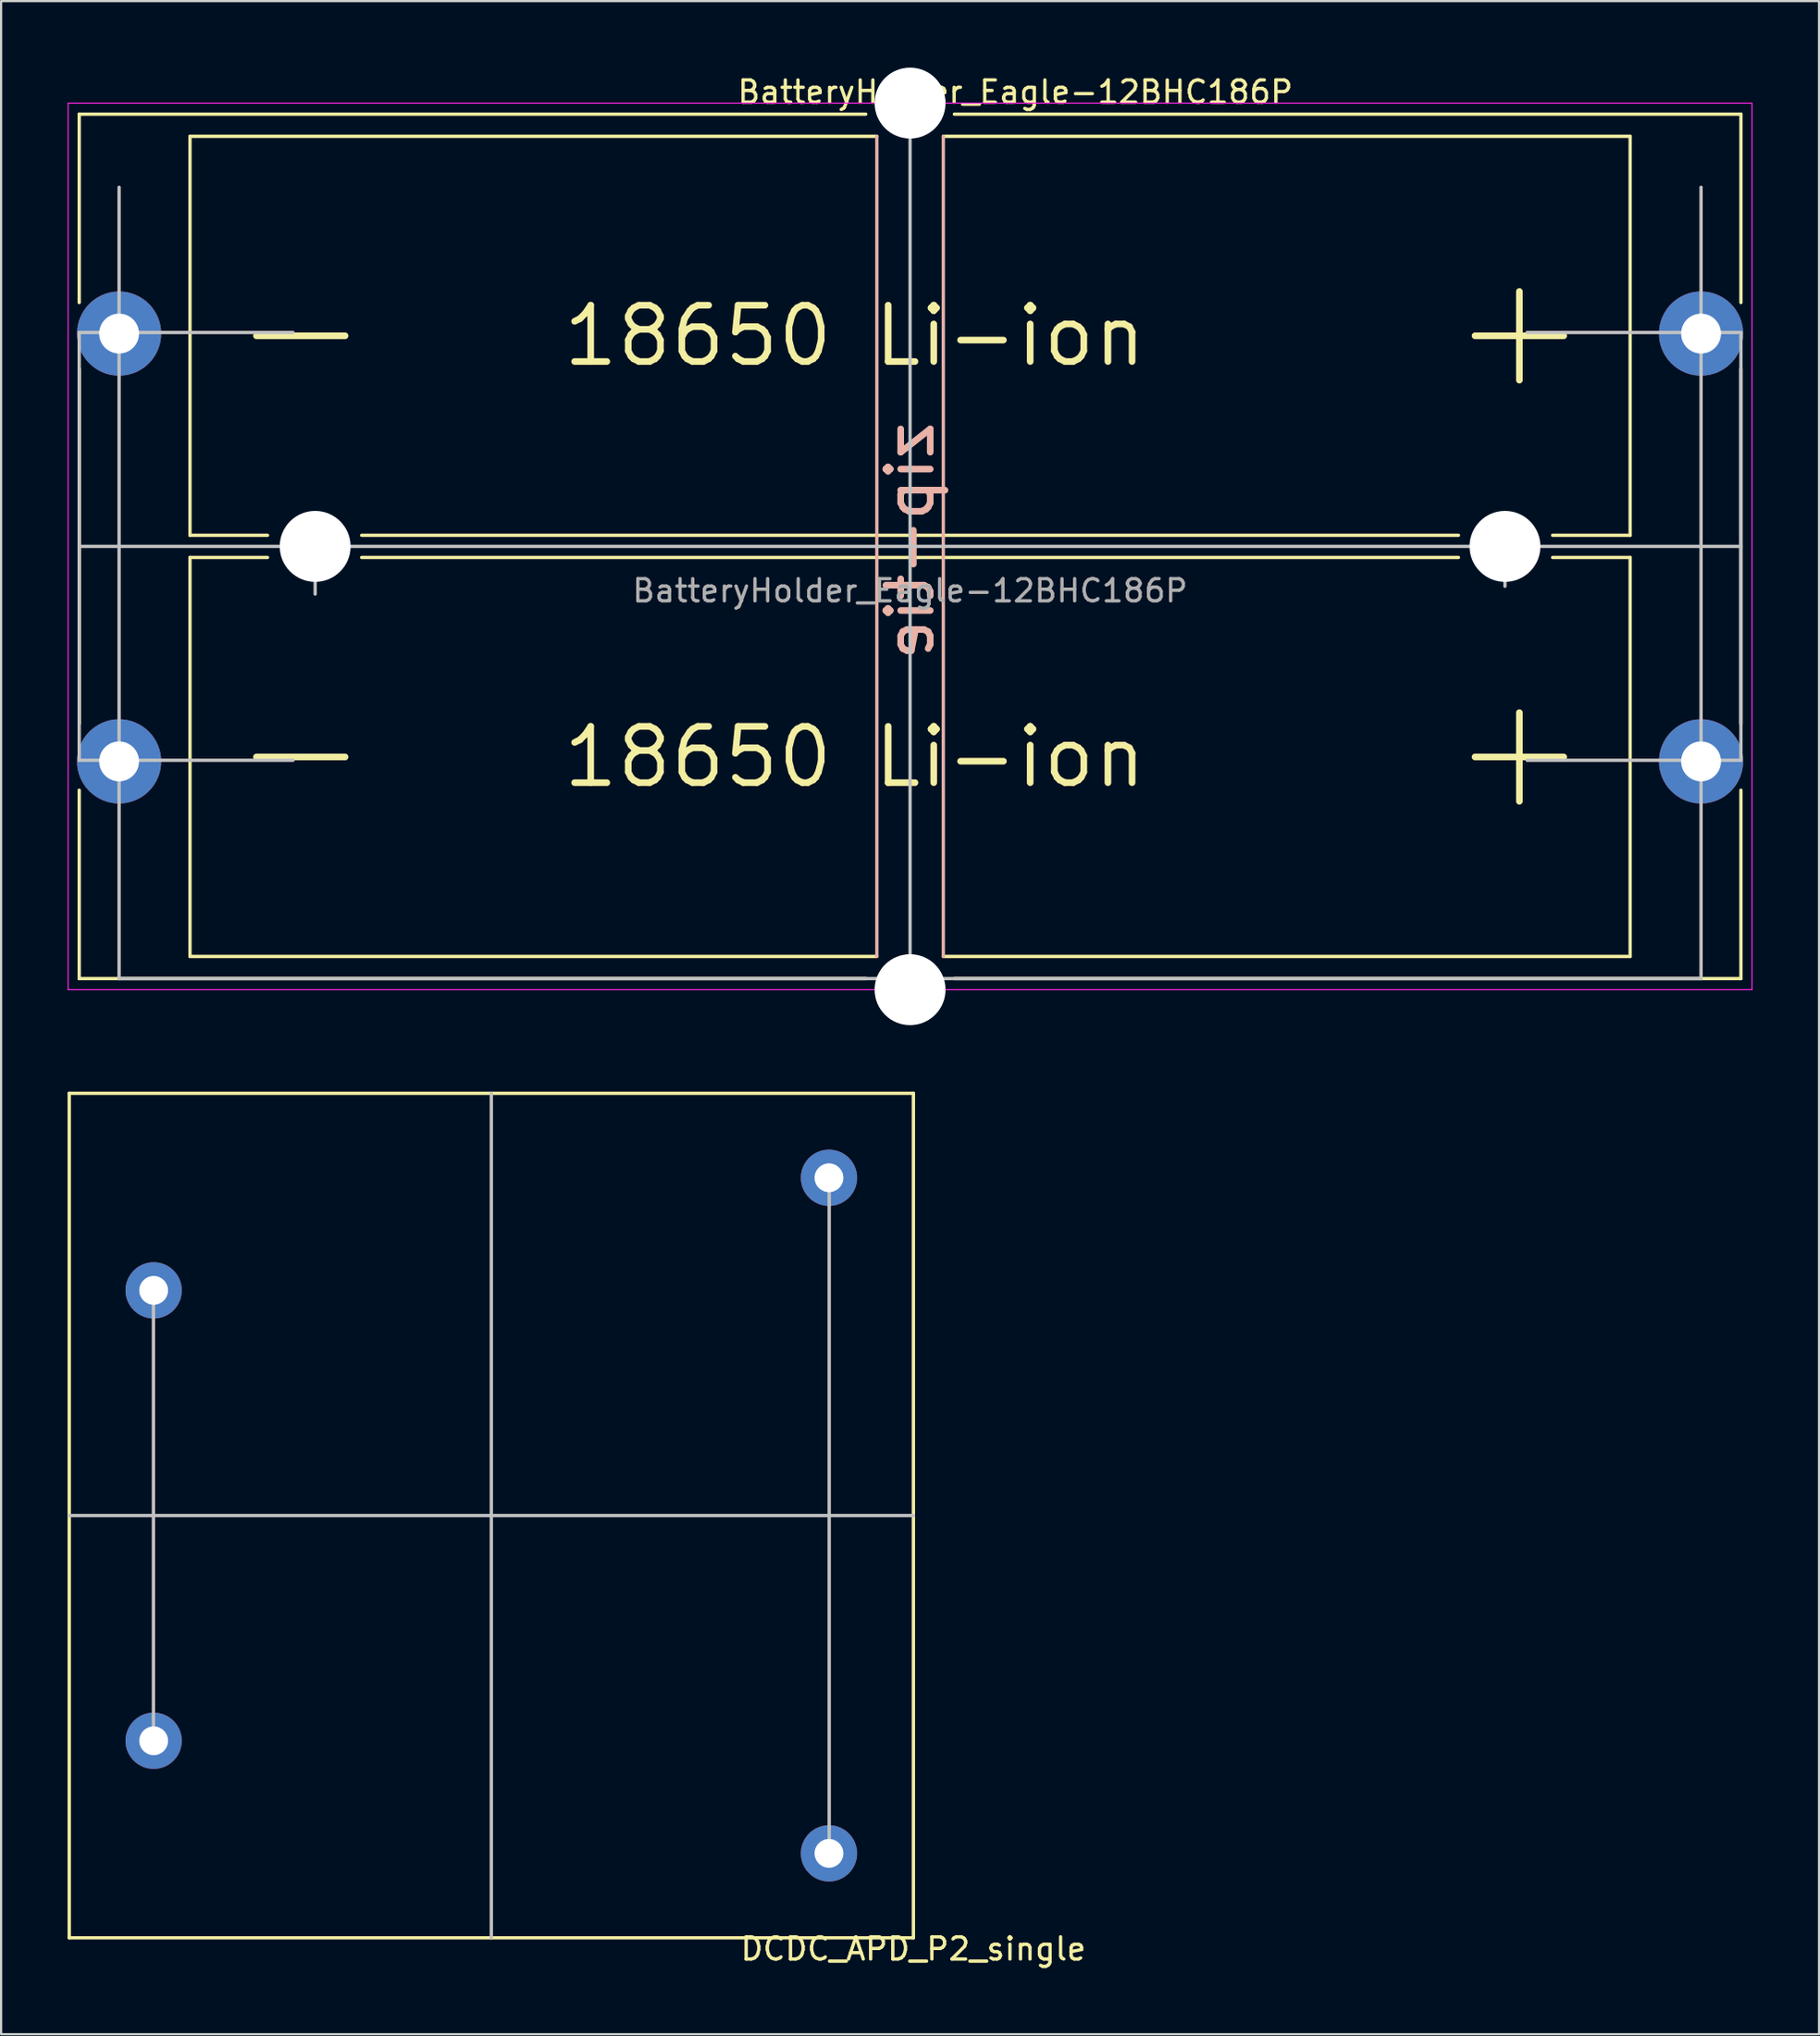
<source format=kicad_pcb>
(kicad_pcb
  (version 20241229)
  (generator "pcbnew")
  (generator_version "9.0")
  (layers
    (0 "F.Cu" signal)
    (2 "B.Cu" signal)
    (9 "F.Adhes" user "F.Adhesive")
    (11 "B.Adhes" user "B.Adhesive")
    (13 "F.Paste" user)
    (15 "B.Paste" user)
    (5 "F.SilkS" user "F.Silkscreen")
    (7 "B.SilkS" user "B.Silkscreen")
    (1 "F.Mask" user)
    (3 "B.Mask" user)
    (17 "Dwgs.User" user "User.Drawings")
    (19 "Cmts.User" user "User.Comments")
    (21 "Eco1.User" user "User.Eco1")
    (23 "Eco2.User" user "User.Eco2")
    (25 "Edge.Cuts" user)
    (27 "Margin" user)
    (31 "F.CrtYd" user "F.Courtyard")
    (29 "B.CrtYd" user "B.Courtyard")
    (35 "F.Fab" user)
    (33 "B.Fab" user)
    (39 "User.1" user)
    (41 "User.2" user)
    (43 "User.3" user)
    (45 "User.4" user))
  (footprint "DCDC_APD_P2_single"
    (layer "F.Cu")
    (at 38.175 84.375)
    (property "Reference" "DCDC_APD_P2_single" (at 0 0.5 0) (layer "F.SilkS") (effects (font (size 1 1) (thickness 0.15))))
    (attr through_hole)
    (fp_line (start -38.1 -38.1) (end -38.1 0) (stroke (width 0.15) (type solid)) (layer "F.SilkS"))
    (fp_line (start 0 -38.1) (end -38.1 -38.1) (stroke (width 0.15) (type solid)) (layer "F.SilkS"))
    (fp_line (start 0 0) (end -38.1 0) (stroke (width 0.15) (type solid)) (layer "F.SilkS"))
    (fp_line (start 0 0) (end 0 -38.1) (stroke (width 0.15) (type solid)) (layer "F.SilkS"))
    (fp_line (start -34.3 -8.9) (end -34.3 -29.2) (stroke (width 0.15) (type solid)) (layer "Dwgs.User"))
    (fp_line (start -19.05 0) (end -19.05 -38.1) (stroke (width 0.15) (type solid)) (layer "Dwgs.User"))
    (fp_line (start -3.8 -3.8) (end -3.8 -34.3) (stroke (width 0.15) (type solid)) (layer "Dwgs.User"))
    (fp_line (start 0 -19.05) (end -38.1 -19.05) (stroke (width 0.15) (type solid)) (layer "Dwgs.User"))
    (pad "1" thru_hole circle (at -34.29 -8.89) (size 2.54 2.54) (drill 1.3) (layers "*.Cu" "*.Mask"))
    (pad "2" thru_hole circle (at -34.29 -29.21) (size 2.54 2.54) (drill 1.3) (layers "*.Cu" "*.Mask"))
    (pad "3" thru_hole circle (at -3.81 -3.81) (size 2.54 2.54) (drill 1.3) (layers "*.Cu" "*.Mask"))
    (pad "4" thru_hole circle (at -3.81 -34.29) (size 2.54 2.54) (drill 1.3) (layers "*.Cu" "*.Mask")))
  (footprint "BatteryHolder_Eagle-12BHC186P"
    (layer "F.Cu")
    (at 75.525 41.1)
    (property "Reference" "BatteryHolder_Eagle-12BHC186P" (at -32.75 -40 0) (layer "F.SilkS") (effects (font (size 1 1) (thickness 0.15))))
    (attr through_hole)
    (fp_line (start -75 -30.5) (end -75 -39) (stroke (width 0.15) (type solid)) (layer "F.SilkS"))
    (fp_line (start -75 -11.5) (end -75 -27.5) (stroke (width 0.15) (type solid)) (layer "F.SilkS"))
    (fp_line (start -75 -8.5) (end -75 0) (stroke (width 0.15) (type solid)) (layer "F.SilkS"))
    (fp_line (start -70 -38) (end -70 -20) (stroke (width 0.15) (type solid)) (layer "F.SilkS"))
    (fp_line (start -70 -20) (end -66.5 -20) (stroke (width 0.15) (type solid)) (layer "F.SilkS"))
    (fp_line (start -70 -19) (end -70 -1) (stroke (width 0.15) (type solid)) (layer "F.SilkS"))
    (fp_line (start -70 -19) (end -66.5 -19) (stroke (width 0.15) (type solid)) (layer "F.SilkS"))
    (fp_line (start -67 -29) (end -63 -29) (stroke (width 0.3) (type solid)) (layer "F.SilkS"))
    (fp_line (start -67 -10) (end -63 -10) (stroke (width 0.3) (type solid)) (layer "F.SilkS"))
    (fp_line (start -39.5 -39) (end -75 -39) (stroke (width 0.15) (type solid)) (layer "F.SilkS"))
    (fp_line (start -39.5 0) (end -75 0) (stroke (width 0.15) (type solid)) (layer "F.SilkS"))
    (fp_line (start -39 -38) (end -70 -38) (stroke (width 0.15) (type solid)) (layer "F.SilkS"))
    (fp_line (start -39 -1) (end -70 -1) (stroke (width 0.15) (type solid)) (layer "F.SilkS"))
    (fp_line (start -36 -38) (end -5 -38) (stroke (width 0.15) (type solid)) (layer "F.SilkS"))
    (fp_line (start -36 -1) (end -5 -1) (stroke (width 0.15) (type solid)) (layer "F.SilkS"))
    (fp_line (start -35.5 -39) (end 0 -39) (stroke (width 0.15) (type solid)) (layer "F.SilkS"))
    (fp_line (start -35.5 0) (end 0 0) (stroke (width 0.15) (type solid)) (layer "F.SilkS"))
    (fp_line (start -12.75 -20) (end -62.25 -20) (stroke (width 0.15) (type solid)) (layer "F.SilkS"))
    (fp_line (start -12.75 -19) (end -62.25 -19) (stroke (width 0.15) (type solid)) (layer "F.SilkS"))
    (fp_line (start -12 -29) (end -8 -29) (stroke (width 0.3) (type solid)) (layer "F.SilkS"))
    (fp_line (start -12 -10) (end -8 -10) (stroke (width 0.3) (type solid)) (layer "F.SilkS"))
    (fp_line (start -10 -31) (end -10 -27) (stroke (width 0.3) (type solid)) (layer "F.SilkS"))
    (fp_line (start -10 -12) (end -10 -8) (stroke (width 0.3) (type solid)) (layer "F.SilkS"))
    (fp_line (start -5 -38) (end -5 -20) (stroke (width 0.15) (type solid)) (layer "F.SilkS"))
    (fp_line (start -5 -20) (end -8.5 -20) (stroke (width 0.15) (type solid)) (layer "F.SilkS"))
    (fp_line (start -5 -19) (end -8.5 -19) (stroke (width 0.15) (type solid)) (layer "F.SilkS"))
    (fp_line (start -5 -19) (end -5 -1) (stroke (width 0.15) (type solid)) (layer "F.SilkS"))
    (fp_line (start 0 -30.5) (end 0 -39) (stroke (width 0.15) (type solid)) (layer "F.SilkS"))
    (fp_line (start 0 -11.5) (end 0 -27.5) (stroke (width 0.15) (type solid)) (layer "F.SilkS"))
    (fp_line (start 0 -8.5) (end 0 0) (stroke (width 0.15) (type solid)) (layer "F.SilkS"))
    (fp_line (start -39 -38) (end -39 -1) (stroke (width 0.15) (type solid)) (layer "B.SilkS"))
    (fp_line (start -36 -38) (end -36 -1) (stroke (width 0.15) (type solid)) (layer "B.SilkS"))
    (fp_line (start -75 -19.5) (end -75 -29.15) (stroke (width 0.15) (type solid)) (layer "Dwgs.User"))
    (fp_line (start -75 -19.5) (end -75 -9.85) (stroke (width 0.15) (type solid)) (layer "Dwgs.User"))
    (fp_line (start -73.2 0) (end -73.2 -35.7) (stroke (width 0.15) (type solid)) (layer "Dwgs.User"))
    (fp_line (start -65.35 -29.15) (end -75 -29.15) (stroke (width 0.15) (type solid)) (layer "Dwgs.User"))
    (fp_line (start -65.35 -9.85) (end -75 -9.85) (stroke (width 0.15) (type solid)) (layer "Dwgs.User"))
    (fp_line (start -64.35 -19.5) (end -64.35 -17.35) (stroke (width 0.15) (type solid)) (layer "Dwgs.User"))
    (fp_line (start -37.5 0) (end -73.2 0) (stroke (width 0.15) (type solid)) (layer "Dwgs.User"))
    (fp_line (start -37.5 0) (end -37.5 -39) (stroke (width 0.15) (type solid)) (layer "Dwgs.User"))
    (fp_line (start -37.5 0) (end -1.8 0) (stroke (width 0.15) (type solid)) (layer "Dwgs.User"))
    (fp_line (start -10.65 -19.5) (end -10.65 -17.7) (stroke (width 0.15) (type solid)) (layer "Dwgs.User"))
    (fp_line (start -9.65 -29.15) (end 0 -29.15) (stroke (width 0.15) (type solid)) (layer "Dwgs.User"))
    (fp_line (start -9.65 -9.85) (end 0 -9.85) (stroke (width 0.15) (type solid)) (layer "Dwgs.User"))
    (fp_line (start -1.8 0) (end -1.8 -35.7) (stroke (width 0.15) (type solid)) (layer "Dwgs.User"))
    (fp_line (start 0 -19.5) (end -75 -19.5) (stroke (width 0.15) (type solid)) (layer "Dwgs.User"))
    (fp_line (start 0 -19.5) (end 0 -29.15) (stroke (width 0.15) (type solid)) (layer "Dwgs.User"))
    (fp_line (start 0 -19.5) (end 0 -9.85) (stroke (width 0.15) (type solid)) (layer "Dwgs.User"))
    (fp_line (start -75.5 -39.5) (end 0.5 -39.5) (stroke (width 0.05) (type solid)) (layer "F.CrtYd"))
    (fp_line (start -75.5 0.5) (end -75.5 -39.5) (stroke (width 0.05) (type solid)) (layer "F.CrtYd"))
    (fp_line (start 0.5 -39.5) (end 0.5 0.5) (stroke (width 0.05) (type solid)) (layer "F.CrtYd"))
    (fp_line (start 0.5 0.5) (end -75.5 0.5) (stroke (width 0.05) (type solid)) (layer "F.CrtYd"))
    (fp_text user "18650 Li-ion" (at -40 -29 0) (layer "F.SilkS") (effects (font (size 2.54 2.54) (thickness 0.3))))
    (fp_text user "18650 Li-ion" (at -40 -10 0) (layer "F.SilkS") (effects (font (size 2.54 2.54) (thickness 0.3))))
    (fp_text user "zip-tie" (at -37.5 -19.75 90) (layer "B.SilkS") (effects (font (size 2 2) (thickness 0.3)) (justify mirror)))
    (fp_text user "${REFERENCE}" (at -37.5 -17.5 180) (layer "F.Fab") (effects (font (size 1 1) (thickness 0.15))))
    (pad "" np_thru_hole circle (at -64.35 -19.5) (size 3.2 3.2) (drill 3.2) (layers "*.Cu" "*.Mask"))
    (pad "" np_thru_hole circle (at -37.5 -39.5) (size 3.2 3.2) (drill 3.2) (layers "*.Cu" "*.Mask"))
    (pad "" np_thru_hole circle (at -37.5 0.5) (size 3.2 3.2) (drill 3.2) (layers "*.Cu" "*.Mask"))
    (pad "" np_thru_hole circle (at -10.65 -19.5) (size 3.2 3.2) (drill 3.2) (layers "*.Cu" "*.Mask"))
    (pad "1" thru_hole circle (at -1.8 -29.1) (size 3.8 3.8) (drill 1.8) (layers "*.Cu" "*.Mask"))
    (pad "2" thru_hole circle (at -73.2 -29.1) (size 3.8 3.8) (drill 1.8) (layers "*.Cu" "*.Mask"))
    (pad "3" thru_hole circle (at -1.8 -9.8) (size 3.8 3.8) (drill 1.8) (layers "*.Cu" "*.Mask"))
    (pad "4" thru_hole circle (at -73.2 -9.8) (size 3.8 3.8) (drill 1.8) (layers "*.Cu" "*.Mask")))
  (gr_rect
    (start -3 -3)
    (end 79.05 88.723)
    (stroke (width 0.1) (type default))
    (fill no)
    (layer "Edge.Cuts")))
</source>
